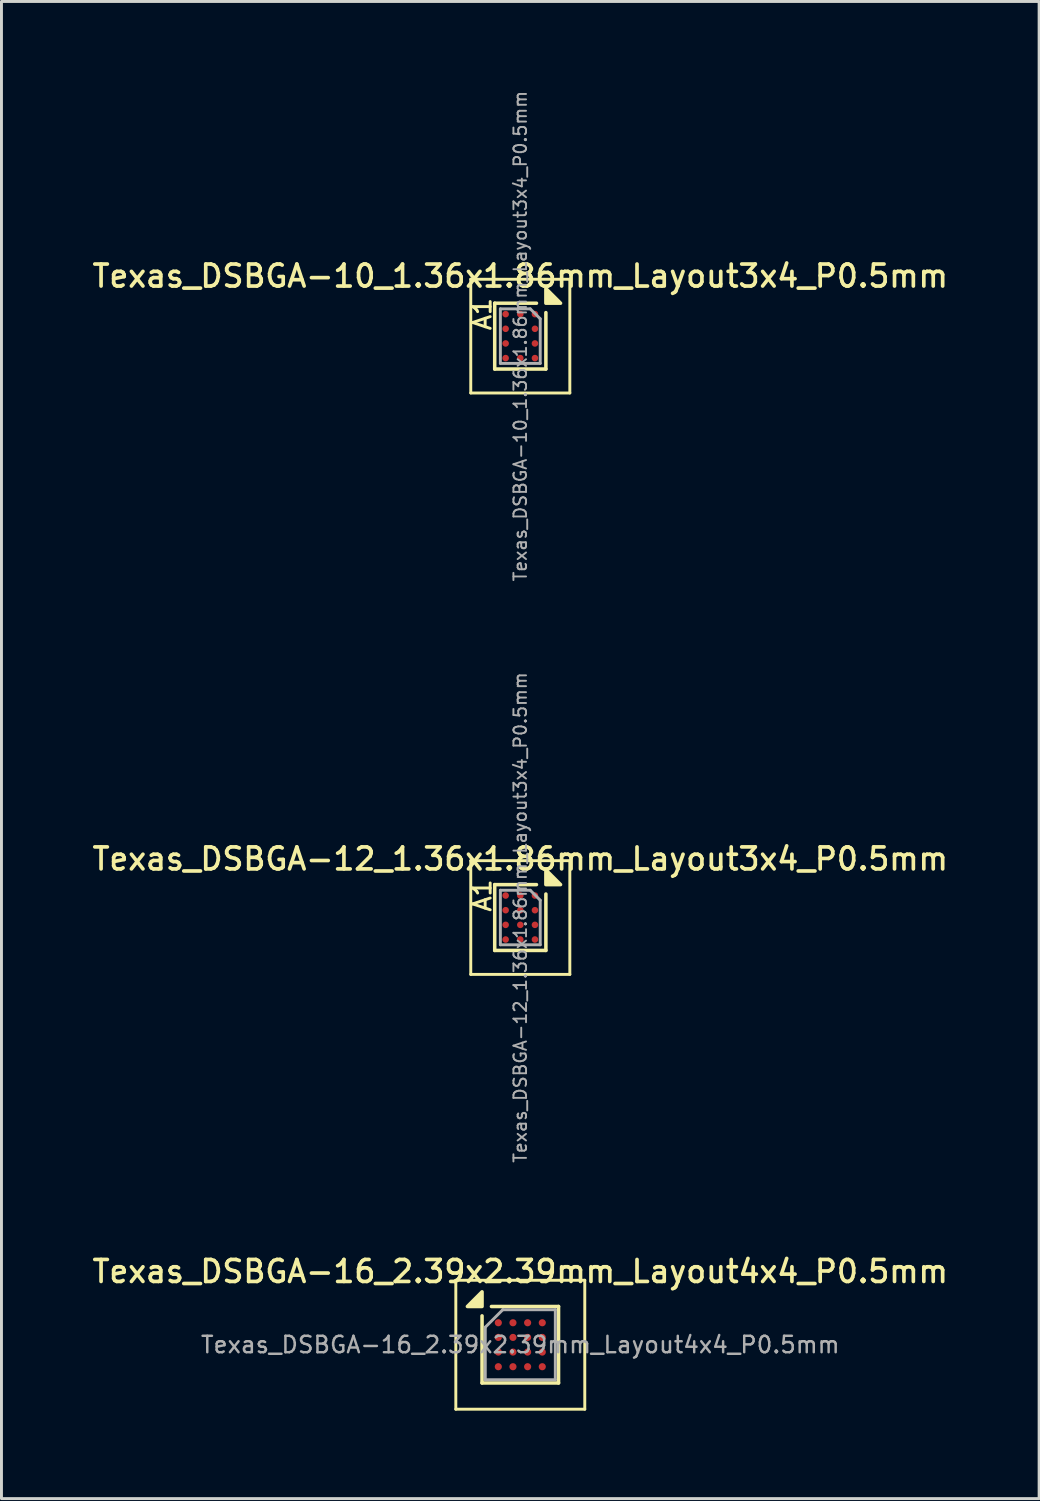
<source format=kicad_pcb>
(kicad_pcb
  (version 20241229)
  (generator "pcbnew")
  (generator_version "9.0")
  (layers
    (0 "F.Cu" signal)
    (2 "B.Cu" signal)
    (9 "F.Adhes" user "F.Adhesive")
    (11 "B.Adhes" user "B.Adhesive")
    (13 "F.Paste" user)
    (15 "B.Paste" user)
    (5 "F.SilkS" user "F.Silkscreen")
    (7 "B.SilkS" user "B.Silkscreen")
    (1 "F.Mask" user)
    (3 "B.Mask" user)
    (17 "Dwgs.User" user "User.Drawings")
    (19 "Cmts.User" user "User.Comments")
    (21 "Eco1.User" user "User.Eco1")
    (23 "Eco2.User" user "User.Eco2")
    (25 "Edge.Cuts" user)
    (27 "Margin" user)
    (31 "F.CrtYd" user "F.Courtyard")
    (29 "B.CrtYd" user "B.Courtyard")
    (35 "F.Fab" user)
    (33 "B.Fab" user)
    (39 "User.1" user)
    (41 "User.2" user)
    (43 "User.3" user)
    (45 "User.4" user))
  (footprint "Texas_DSBGA-10_1.36x1.86mm_Layout3x4_P0.5mm"
    (layer "F.Cu")
    (at 14.702 8.418)
    (property "Reference" "Texas_DSBGA-10_1.36x1.86mm_Layout3x4_P0.5mm" (at 0 -2.05 0) (layer "F.SilkS") (effects (font (size 0.75 0.75) (thickness 0.125))))
    (attr smd)
    (fp_line (start -1.69 -1.94) (end -1.69 1.94) (stroke (width 0.1) (type solid)) (layer "F.SilkS"))
    (fp_line (start -1.69 1.94) (end 1.69 1.94) (stroke (width 0.1) (type solid)) (layer "F.SilkS"))
    (fp_line (start -0.873 -1.123) (end -0.873 1.123) (stroke (width 0.12) (type solid)) (layer "F.SilkS"))
    (fp_line (start 0.552 -1.123) (end -0.873 -1.123) (stroke (width 0.12) (type solid)) (layer "F.SilkS"))
    (fp_line (start 0.873 1.123) (end -0.873 1.123) (stroke (width 0.12) (type solid)) (layer "F.SilkS"))
    (fp_line (start 0.873 1.123) (end 0.873 -0.802) (stroke (width 0.12) (type solid)) (layer "F.SilkS"))
    (fp_line (start 1.69 -1.94) (end -1.69 -1.94) (stroke (width 0.1) (type solid)) (layer "F.SilkS"))
    (fp_line (start 1.69 1.94) (end 1.69 -1.94) (stroke (width 0.1) (type solid)) (layer "F.SilkS"))
    (fp_poly (pts (xy 0.873 -1.123) (xy 0.873 -1.623) (xy 1.373 -1.123) (xy 0.873 -1.123)) (stroke (width 0.12) (type solid)) (fill yes) (layer "F.SilkS"))
    (fp_line (start -0.68 -0.93) (end -0.68 0.93) (stroke (width 0.1) (type solid)) (layer "F.Fab"))
    (fp_line (start -0.68 -0.93) (end 0.34 -0.93) (stroke (width 0.1) (type solid)) (layer "F.Fab"))
    (fp_line (start 0.68 -0.59) (end 0.34 -0.93) (stroke (width 0.1) (type solid)) (layer "F.Fab"))
    (fp_line (start 0.68 0.93) (end -0.68 0.93) (stroke (width 0.1) (type solid)) (layer "F.Fab"))
    (fp_line (start 0.68 0.93) (end 0.68 -0.59) (stroke (width 0.1) (type solid)) (layer "F.Fab"))
    (fp_text user "A1" (at -1.3 -0.75 90) (unlocked yes) (layer "F.SilkS") (effects (font (size 0.6 0.6) (thickness 0.1))))
    (fp_text user "${REFERENCE}" (at 0 0 270) (layer "F.Fab") (effects (font (size 0.43 0.43) (thickness 0.065))))
    (pad "" smd roundrect (at -0.5 -0.75) (size 0.25 0.25) (layers "F.Paste") (roundrect_rratio 0.2))
    (pad "" smd roundrect (at -0.5 -0.25) (size 0.25 0.25) (layers "F.Paste") (roundrect_rratio 0.2))
    (pad "" smd roundrect (at -0.5 0.25) (size 0.25 0.25) (layers "F.Paste") (roundrect_rratio 0.2))
    (pad "" smd roundrect (at -0.5 0.75) (size 0.25 0.25) (layers "F.Paste") (roundrect_rratio 0.2))
    (pad "" smd roundrect (at 0 -0.75) (size 0.25 0.25) (layers "F.Paste") (roundrect_rratio 0.2))
    (pad "" smd roundrect (at 0 0.75) (size 0.25 0.25) (layers "F.Paste") (roundrect_rratio 0.2))
    (pad "" smd roundrect (at 0.5 -0.75) (size 0.25 0.25) (layers "F.Paste") (roundrect_rratio 0.2))
    (pad "" smd roundrect (at 0.5 -0.25) (size 0.25 0.25) (layers "F.Paste") (roundrect_rratio 0.2))
    (pad "" smd roundrect (at 0.5 0.25) (size 0.25 0.25) (layers "F.Paste") (roundrect_rratio 0.2))
    (pad "" smd roundrect (at 0.5 0.75) (size 0.25 0.25) (layers "F.Paste") (roundrect_rratio 0.2))
    (pad "A1" smd circle (at -0.5 -0.75) (size 0.225 0.225) (property pad_prop_bga) (layers "F.Cu" "F.Mask"))
    (pad "A2" smd circle (at 0 -0.75) (size 0.225 0.225) (property pad_prop_bga) (layers "F.Cu" "F.Mask"))
    (pad "A3" smd circle (at 0.5 -0.75) (size 0.225 0.225) (property pad_prop_bga) (layers "F.Cu" "F.Mask"))
    (pad "B1" smd circle (at -0.5 -0.25) (size 0.225 0.225) (property pad_prop_bga) (layers "F.Cu" "F.Mask"))
    (pad "B3" smd circle (at 0.5 -0.25) (size 0.225 0.225) (property pad_prop_bga) (layers "F.Cu" "F.Mask"))
    (pad "C1" smd circle (at -0.5 0.25) (size 0.225 0.225) (property pad_prop_bga) (layers "F.Cu" "F.Mask"))
    (pad "C3" smd circle (at 0.5 0.25) (size 0.225 0.225) (property pad_prop_bga) (layers "F.Cu" "F.Mask"))
    (pad "D1" smd circle (at -0.5 0.75) (size 0.225 0.225) (property pad_prop_bga) (layers "F.Cu" "F.Mask"))
    (pad "D2" smd circle (at 0 0.75) (size 0.225 0.225) (property pad_prop_bga) (layers "F.Cu" "F.Mask"))
    (pad "D3" smd circle (at 0.5 0.75) (size 0.225 0.225) (property pad_prop_bga) (layers "F.Cu" "F.Mask")))
  (footprint "Texas_DSBGA-16_2.39x2.39mm_Layout4x4_P0.5mm"
    (layer "F.Cu")
    (at 14.702 42.831)
    (property "Reference" "Texas_DSBGA-16_2.39x2.39mm_Layout4x4_P0.5mm" (at 0 -2.5 0) (layer "F.SilkS") (effects (font (size 0.75 0.75) (thickness 0.125))))
    (attr smd)
    (fp_line (start -2.2 -2.2) (end -2.2 2.2) (stroke (width 0.1) (type solid)) (layer "F.SilkS"))
    (fp_line (start -2.2 2.2) (end 2.2 2.2) (stroke (width 0.1) (type solid)) (layer "F.SilkS"))
    (fp_line (start -1.305 1.305) (end -1.305 -0.985) (stroke (width 0.12) (type solid)) (layer "F.SilkS"))
    (fp_line (start 1.305 -1.305) (end -0.985 -1.305) (stroke (width 0.12) (type solid)) (layer "F.SilkS"))
    (fp_line (start 1.305 -1.305) (end 1.305 1.305) (stroke (width 0.12) (type solid)) (layer "F.SilkS"))
    (fp_line (start 1.305 1.305) (end -1.305 1.305) (stroke (width 0.12) (type solid)) (layer "F.SilkS"))
    (fp_line (start 2.2 -2.2) (end -2.2 -2.2) (stroke (width 0.1) (type solid)) (layer "F.SilkS"))
    (fp_line (start 2.2 2.2) (end 2.2 -2.2) (stroke (width 0.1) (type solid)) (layer "F.SilkS"))
    (fp_poly (pts (xy -1.305 -1.305) (xy -1.805 -1.305) (xy -1.305 -1.805) (xy -1.305 -1.305)) (stroke (width 0.12) (type solid)) (fill yes) (layer "F.SilkS"))
    (fp_line (start -1.195 -0.598) (end -0.598 -1.195) (stroke (width 0.1) (type solid)) (layer "F.Fab"))
    (fp_line (start -1.195 1.195) (end -1.195 -0.598) (stroke (width 0.1) (type solid)) (layer "F.Fab"))
    (fp_line (start -0.598 -1.195) (end 1.195 -1.195) (stroke (width 0.1) (type solid)) (layer "F.Fab"))
    (fp_line (start 1.195 -1.195) (end 1.195 1.195) (stroke (width 0.1) (type solid)) (layer "F.Fab"))
    (fp_line (start 1.195 1.195) (end -1.195 1.195) (stroke (width 0.1) (type solid)) (layer "F.Fab"))
    (fp_text user "${REFERENCE}" (at 0 0 0) (layer "F.Fab") (effects (font (size 0.56 0.56) (thickness 0.084))))
    (pad "" smd roundrect (at -0.75 -0.75) (size 0.25 0.25) (layers "F.Paste") (roundrect_rratio 0.2))
    (pad "" smd roundrect (at -0.75 -0.25) (size 0.25 0.25) (layers "F.Paste") (roundrect_rratio 0.2))
    (pad "" smd roundrect (at -0.75 0.25) (size 0.25 0.25) (layers "F.Paste") (roundrect_rratio 0.2))
    (pad "" smd roundrect (at -0.75 0.75) (size 0.25 0.25) (layers "F.Paste") (roundrect_rratio 0.2))
    (pad "" smd roundrect (at -0.25 -0.75) (size 0.25 0.25) (layers "F.Paste") (roundrect_rratio 0.2))
    (pad "" smd roundrect (at -0.25 -0.25) (size 0.25 0.25) (layers "F.Paste") (roundrect_rratio 0.2))
    (pad "" smd roundrect (at -0.25 0.25) (size 0.25 0.25) (layers "F.Paste") (roundrect_rratio 0.2))
    (pad "" smd roundrect (at -0.25 0.75) (size 0.25 0.25) (layers "F.Paste") (roundrect_rratio 0.2))
    (pad "" smd roundrect (at 0.25 -0.75) (size 0.25 0.25) (layers "F.Paste") (roundrect_rratio 0.2))
    (pad "" smd roundrect (at 0.25 -0.25) (size 0.25 0.25) (layers "F.Paste") (roundrect_rratio 0.2))
    (pad "" smd roundrect (at 0.25 0.25) (size 0.25 0.25) (layers "F.Paste") (roundrect_rratio 0.2))
    (pad "" smd roundrect (at 0.25 0.75) (size 0.25 0.25) (layers "F.Paste") (roundrect_rratio 0.2))
    (pad "" smd roundrect (at 0.75 -0.75) (size 0.25 0.25) (layers "F.Paste") (roundrect_rratio 0.2))
    (pad "" smd roundrect (at 0.75 -0.25) (size 0.25 0.25) (layers "F.Paste") (roundrect_rratio 0.2))
    (pad "" smd roundrect (at 0.75 0.25) (size 0.25 0.25) (layers "F.Paste") (roundrect_rratio 0.2))
    (pad "" smd roundrect (at 0.75 0.75) (size 0.25 0.25) (layers "F.Paste") (roundrect_rratio 0.2))
    (pad "A1" smd circle (at -0.75 -0.75) (size 0.245 0.245) (property pad_prop_bga) (layers "F.Cu" "F.Mask"))
    (pad "A2" smd circle (at -0.25 -0.75) (size 0.245 0.245) (property pad_prop_bga) (layers "F.Cu" "F.Mask"))
    (pad "A3" smd circle (at 0.25 -0.75) (size 0.245 0.245) (property pad_prop_bga) (layers "F.Cu" "F.Mask"))
    (pad "A4" smd circle (at 0.75 -0.75) (size 0.245 0.245) (property pad_prop_bga) (layers "F.Cu" "F.Mask"))
    (pad "B1" smd circle (at -0.75 -0.25) (size 0.245 0.245) (property pad_prop_bga) (layers "F.Cu" "F.Mask"))
    (pad "B2" smd circle (at -0.25 -0.25) (size 0.245 0.245) (property pad_prop_bga) (layers "F.Cu" "F.Mask"))
    (pad "B3" smd circle (at 0.25 -0.25) (size 0.245 0.245) (property pad_prop_bga) (layers "F.Cu" "F.Mask"))
    (pad "B4" smd circle (at 0.75 -0.25) (size 0.245 0.245) (property pad_prop_bga) (layers "F.Cu" "F.Mask"))
    (pad "C1" smd circle (at -0.75 0.25) (size 0.245 0.245) (property pad_prop_bga) (layers "F.Cu" "F.Mask"))
    (pad "C2" smd circle (at -0.25 0.25) (size 0.245 0.245) (property pad_prop_bga) (layers "F.Cu" "F.Mask"))
    (pad "C3" smd circle (at 0.25 0.25) (size 0.245 0.245) (property pad_prop_bga) (layers "F.Cu" "F.Mask"))
    (pad "C4" smd circle (at 0.75 0.25) (size 0.245 0.245) (property pad_prop_bga) (layers "F.Cu" "F.Mask"))
    (pad "D1" smd circle (at -0.75 0.75) (size 0.245 0.245) (property pad_prop_bga) (layers "F.Cu" "F.Mask"))
    (pad "D2" smd circle (at -0.25 0.75) (size 0.245 0.245) (property pad_prop_bga) (layers "F.Cu" "F.Mask"))
    (pad "D3" smd circle (at 0.25 0.75) (size 0.245 0.245) (property pad_prop_bga) (layers "F.Cu" "F.Mask"))
    (pad "D4" smd circle (at 0.75 0.75) (size 0.245 0.245) (property pad_prop_bga) (layers "F.Cu" "F.Mask")))
  (footprint "Texas_DSBGA-12_1.36x1.86mm_Layout3x4_P0.5mm"
    (layer "F.Cu")
    (at 14.702 28.255)
    (property "Reference" "Texas_DSBGA-12_1.36x1.86mm_Layout3x4_P0.5mm" (at 0 -2 0) (layer "F.SilkS") (effects (font (size 0.75 0.75) (thickness 0.125))))
    (attr smd)
    (fp_line (start -1.69 -1.94) (end -1.69 1.94) (stroke (width 0.1) (type solid)) (layer "F.SilkS"))
    (fp_line (start -1.69 1.94) (end 1.69 1.94) (stroke (width 0.1) (type solid)) (layer "F.SilkS"))
    (fp_line (start -0.873 -1.123) (end -0.873 1.123) (stroke (width 0.12) (type solid)) (layer "F.SilkS"))
    (fp_line (start 0.552 -1.123) (end -0.873 -1.123) (stroke (width 0.12) (type solid)) (layer "F.SilkS"))
    (fp_line (start 0.873 1.123) (end -0.873 1.123) (stroke (width 0.12) (type solid)) (layer "F.SilkS"))
    (fp_line (start 0.873 1.123) (end 0.873 -0.802) (stroke (width 0.12) (type solid)) (layer "F.SilkS"))
    (fp_line (start 1.69 -1.94) (end -1.69 -1.94) (stroke (width 0.1) (type solid)) (layer "F.SilkS"))
    (fp_line (start 1.69 1.94) (end 1.69 -1.94) (stroke (width 0.1) (type solid)) (layer "F.SilkS"))
    (fp_poly (pts (xy 0.873 -1.123) (xy 0.873 -1.623) (xy 1.373 -1.123) (xy 0.873 -1.123)) (stroke (width 0.12) (type solid)) (fill yes) (layer "F.SilkS"))
    (fp_line (start -0.68 -0.93) (end -0.68 0.93) (stroke (width 0.1) (type solid)) (layer "F.Fab"))
    (fp_line (start -0.68 -0.93) (end 0.34 -0.93) (stroke (width 0.1) (type solid)) (layer "F.Fab"))
    (fp_line (start 0.68 -0.59) (end 0.34 -0.93) (stroke (width 0.1) (type solid)) (layer "F.Fab"))
    (fp_line (start 0.68 0.93) (end -0.68 0.93) (stroke (width 0.1) (type solid)) (layer "F.Fab"))
    (fp_line (start 0.68 0.93) (end 0.68 -0.59) (stroke (width 0.1) (type solid)) (layer "F.Fab"))
    (fp_text user "A1" (at -1.3 -0.75 90) (unlocked yes) (layer "F.SilkS") (effects (font (size 0.6 0.6) (thickness 0.1))))
    (fp_text user "${REFERENCE}" (at 0 0 270) (layer "F.Fab") (effects (font (size 0.43 0.43) (thickness 0.065))))
    (pad "" smd roundrect (at -0.5 -0.75) (size 0.25 0.25) (layers "F.Paste") (roundrect_rratio 0.2))
    (pad "" smd roundrect (at -0.5 -0.25) (size 0.25 0.25) (layers "F.Paste") (roundrect_rratio 0.2))
    (pad "" smd roundrect (at -0.5 0.25) (size 0.25 0.25) (layers "F.Paste") (roundrect_rratio 0.2))
    (pad "" smd roundrect (at -0.5 0.75) (size 0.25 0.25) (layers "F.Paste") (roundrect_rratio 0.2))
    (pad "" smd roundrect (at 0 -0.75) (size 0.25 0.25) (layers "F.Paste") (roundrect_rratio 0.2))
    (pad "" smd roundrect (at 0 -0.25) (size 0.25 0.25) (layers "F.Paste") (roundrect_rratio 0.2))
    (pad "" smd roundrect (at 0 0.25) (size 0.25 0.25) (layers "F.Paste") (roundrect_rratio 0.2))
    (pad "" smd roundrect (at 0 0.75) (size 0.25 0.25) (layers "F.Paste") (roundrect_rratio 0.2))
    (pad "" smd roundrect (at 0.5 -0.75) (size 0.25 0.25) (layers "F.Paste") (roundrect_rratio 0.2))
    (pad "" smd roundrect (at 0.5 -0.25) (size 0.25 0.25) (layers "F.Paste") (roundrect_rratio 0.2))
    (pad "" smd roundrect (at 0.5 0.25) (size 0.25 0.25) (layers "F.Paste") (roundrect_rratio 0.2))
    (pad "" smd roundrect (at 0.5 0.75) (size 0.25 0.25) (layers "F.Paste") (roundrect_rratio 0.2))
    (pad "A1" smd circle (at -0.5 -0.75) (size 0.225 0.225) (property pad_prop_bga) (layers "F.Cu" "F.Mask"))
    (pad "A2" smd circle (at 0 -0.75) (size 0.225 0.225) (property pad_prop_bga) (layers "F.Cu" "F.Mask"))
    (pad "A3" smd circle (at 0.5 -0.75) (size 0.225 0.225) (property pad_prop_bga) (layers "F.Cu" "F.Mask"))
    (pad "B1" smd circle (at -0.5 -0.25) (size 0.225 0.225) (property pad_prop_bga) (layers "F.Cu" "F.Mask"))
    (pad "B2" smd circle (at 0 -0.25) (size 0.225 0.225) (property pad_prop_bga) (layers "F.Cu" "F.Mask"))
    (pad "B3" smd circle (at 0.5 -0.25) (size 0.225 0.225) (property pad_prop_bga) (layers "F.Cu" "F.Mask"))
    (pad "C1" smd circle (at -0.5 0.25) (size 0.225 0.225) (property pad_prop_bga) (layers "F.Cu" "F.Mask"))
    (pad "C2" smd circle (at 0 0.25) (size 0.225 0.225) (property pad_prop_bga) (layers "F.Cu" "F.Mask"))
    (pad "C3" smd circle (at 0.5 0.25) (size 0.225 0.225) (property pad_prop_bga) (layers "F.Cu" "F.Mask"))
    (pad "D1" smd circle (at -0.5 0.75) (size 0.225 0.225) (property pad_prop_bga) (layers "F.Cu" "F.Mask"))
    (pad "D2" smd circle (at 0 0.75) (size 0.225 0.225) (property pad_prop_bga) (layers "F.Cu" "F.Mask"))
    (pad "D3" smd circle (at 0.5 0.75) (size 0.225 0.225) (property pad_prop_bga) (layers "F.Cu" "F.Mask")))
  (gr_rect
    (start -3 -3)
    (end 32.404 48.081)
    (stroke (width 0.1) (type default))
    (fill no)
    (layer "Edge.Cuts")))
</source>
